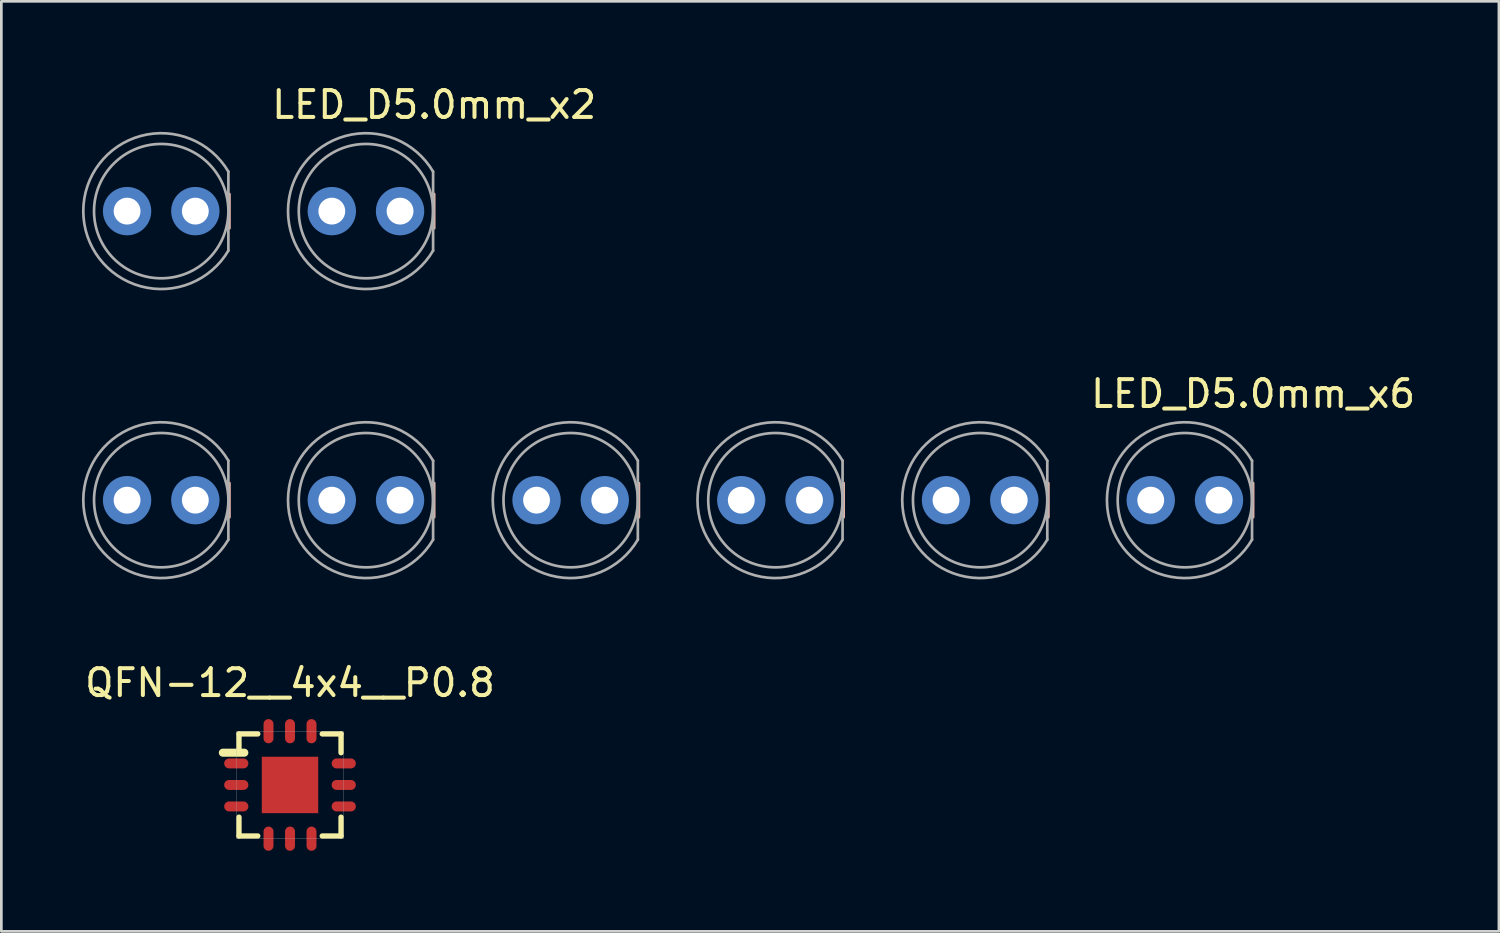
<source format=kicad_pcb>
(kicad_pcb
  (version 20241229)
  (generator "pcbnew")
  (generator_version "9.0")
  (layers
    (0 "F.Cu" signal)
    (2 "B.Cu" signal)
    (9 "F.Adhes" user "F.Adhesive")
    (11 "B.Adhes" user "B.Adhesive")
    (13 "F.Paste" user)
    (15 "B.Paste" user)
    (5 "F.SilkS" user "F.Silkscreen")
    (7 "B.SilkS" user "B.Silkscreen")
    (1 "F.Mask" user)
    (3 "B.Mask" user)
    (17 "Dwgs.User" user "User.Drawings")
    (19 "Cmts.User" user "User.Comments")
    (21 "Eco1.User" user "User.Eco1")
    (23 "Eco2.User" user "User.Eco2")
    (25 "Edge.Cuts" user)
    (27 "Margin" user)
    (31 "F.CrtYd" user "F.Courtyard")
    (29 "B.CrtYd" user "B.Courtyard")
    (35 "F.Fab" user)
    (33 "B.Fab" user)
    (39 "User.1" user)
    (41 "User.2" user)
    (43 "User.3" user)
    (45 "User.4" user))
  (footprint "LED_D5.0mm_x2"
    (layer "F.Cu")
    (at 11.84 4.808)
    (property "Reference" "LED_D5.0mm_x2" (at 1.27 -3.96 0) (layer "F.SilkS") (effects (font (size 1 1) (thickness 0.15))))
    (attr through_hole)
    (fp_line (start -6.35 -0.635) (end -6.35 0.635) (stroke (width 0.1) (type solid)) (layer "B.SilkS"))
    (fp_line (start 1.27 -0.635) (end 1.27 0.635) (stroke (width 0.1) (type solid)) (layer "B.SilkS"))
    (fp_line (start -6.39 1.47) (end -6.39 -1.47) (stroke (width 0.1) (type solid)) (layer "F.Fab"))
    (fp_line (start 1.23 1.47) (end 1.23 -1.47) (stroke (width 0.1) (type solid)) (layer "F.Fab"))
    (fp_arc (start -6.39 1.469694) (mid -11.79 -0.000016) (end -6.389984 -1.469666) (stroke (width 0.1) (type solid)) (layer "F.Fab"))
    (fp_arc (start 1.23 1.469694) (mid -4.17 -0.000016) (end 1.230016 -1.469666) (stroke (width 0.1) (type solid)) (layer "F.Fab"))
    (fp_circle (center -8.89 0) (end -11.39 0) (stroke (width 0.1) (type solid)) (fill no) (layer "F.Fab"))
    (fp_circle (center -1.27 0) (end -3.77 0) (stroke (width 0.1) (type solid)) (fill no) (layer "F.Fab"))
    (pad "1" thru_hole circle (at 0 0 180) (size 1.4 1.4) (drill 1) (layers "*.Cu" "B.Mask"))
    (pad "1" smd circle (at 0 0 180) (size 1.8 1.8) (layers "B.Cu" "B.Mask" "B.Paste"))
    (pad "2" thru_hole circle (at -2.54 0 180) (size 1.4 1.4) (drill 1) (layers "*.Cu" "B.Mask"))
    (pad "2" smd circle (at -2.54 0 180) (size 1.8 1.8) (layers "B.Cu" "B.Mask" "B.Paste"))
    (pad "3" thru_hole circle (at -7.62 0 180) (size 1.4 1.4) (drill 1) (layers "*.Cu" "B.Mask"))
    (pad "3" smd circle (at -7.62 0 180) (size 1.8 1.8) (layers "B.Cu" "B.Mask" "B.Paste"))
    (pad "4" thru_hole circle (at -10.16 0 180) (size 1.4 1.4) (drill 1) (layers "*.Cu" "B.Mask"))
    (pad "4" smd circle (at -10.16 0 180) (size 1.8 1.8) (layers "B.Cu" "B.Mask" "B.Paste")))
  (footprint "QFN-12__4x4__P0.8"
    (layer "F.Cu")
    (at 7.744 26.165)
    (property "Reference" "QFN-12__4x4__P0.8" (at 0 -3.8 0) (layer "F.SilkS") (effects (font (size 1 1) (thickness 0.15))))
    (attr through_hole)
    (fp_line (start -2.5 -1.2) (end -1.7 -1.2) (stroke (width 0.3) (type solid)) (layer "F.SilkS"))
    (fp_line (start -1.9 -1.9) (end -1.9 -1.2) (stroke (width 0.2) (type solid)) (layer "F.SilkS"))
    (fp_line (start -1.9 1.2) (end -1.9 1.9) (stroke (width 0.2) (type solid)) (layer "F.SilkS"))
    (fp_line (start -1.9 1.9) (end -1.2 1.9) (stroke (width 0.2) (type solid)) (layer "F.SilkS"))
    (fp_line (start -1.2 -1.9) (end -1.9 -1.9) (stroke (width 0.2) (type solid)) (layer "F.SilkS"))
    (fp_line (start 1.2 1.9) (end 1.9 1.9) (stroke (width 0.2) (type solid)) (layer "F.SilkS"))
    (fp_line (start 1.9 -1.9) (end 1.2 -1.9) (stroke (width 0.2) (type solid)) (layer "F.SilkS"))
    (fp_line (start 1.9 -1.2) (end 1.9 -1.9) (stroke (width 0.2) (type solid)) (layer "F.SilkS"))
    (fp_line (start 1.9 1.9) (end 1.9 1.2) (stroke (width 0.2) (type solid)) (layer "F.SilkS"))
    (fp_line (start -2 -2) (end -2 2) (stroke (width 0.01) (type solid)) (layer "F.Fab"))
    (fp_line (start -2 2) (end 2 2) (stroke (width 0.01) (type solid)) (layer "F.Fab"))
    (fp_line (start 2 -2) (end -2 -2) (stroke (width 0.01) (type solid)) (layer "F.Fab"))
    (fp_line (start 2 2) (end 2 -2) (stroke (width 0.01) (type solid)) (layer "F.Fab"))
    (pad "1" smd oval (at -2 -0.8 90) (size 0.37 0.9) (layers "F.Cu" "F.Mask" "F.Paste"))
    (pad "2" smd oval (at -2 0 90) (size 0.37 0.9) (layers "F.Cu" "F.Mask" "F.Paste"))
    (pad "3" smd oval (at -2 0.8 90) (size 0.37 0.9) (layers "F.Cu" "F.Mask" "F.Paste"))
    (pad "4" smd oval (at -0.8 2) (size 0.37 0.9) (layers "F.Cu" "F.Mask" "F.Paste"))
    (pad "5" smd oval (at 0 2) (size 0.37 0.9) (layers "F.Cu" "F.Mask" "F.Paste"))
    (pad "6" smd oval (at 0.8 2) (size 0.37 0.9) (layers "F.Cu" "F.Mask" "F.Paste"))
    (pad "7" smd oval (at 2 0.8 90) (size 0.37 0.9) (layers "F.Cu" "F.Mask" "F.Paste"))
    (pad "8" smd oval (at 2 0 90) (size 0.37 0.9) (layers "F.Cu" "F.Mask" "F.Paste"))
    (pad "9" smd oval (at 2 -0.8 90) (size 0.37 0.9) (layers "F.Cu" "F.Mask" "F.Paste"))
    (pad "10" smd oval (at 0.8 -2) (size 0.37 0.9) (layers "F.Cu" "F.Mask" "F.Paste"))
    (pad "11" smd oval (at 0 -2) (size 0.37 0.9) (layers "F.Cu" "F.Mask" "F.Paste"))
    (pad "12" smd oval (at -0.8 -2) (size 0.37 0.9) (layers "F.Cu" "F.Mask" "F.Paste"))
    (pad "EP" smd rect (at 0 0) (size 2.1 2.1) (layers "F.Cu" "F.Mask" "F.Paste")))
  (footprint "LED_D5.0mm_x6"
    (layer "F.Cu")
    (at 42.32 15.566)
    (property "Reference" "LED_D5.0mm_x6" (at 1.27 -3.96 0) (layer "F.SilkS") (effects (font (size 1 1) (thickness 0.15))))
    (attr through_hole)
    (fp_line (start -36.83 -0.635) (end -36.83 0.635) (stroke (width 0.1) (type solid)) (layer "B.SilkS"))
    (fp_line (start -29.21 -0.635) (end -29.21 0.635) (stroke (width 0.1) (type solid)) (layer "B.SilkS"))
    (fp_line (start -21.59 -0.635) (end -21.59 0.635) (stroke (width 0.1) (type solid)) (layer "B.SilkS"))
    (fp_line (start -13.97 -0.635) (end -13.97 0.635) (stroke (width 0.1) (type solid)) (layer "B.SilkS"))
    (fp_line (start -6.35 -0.635) (end -6.35 0.635) (stroke (width 0.1) (type solid)) (layer "B.SilkS"))
    (fp_line (start 1.27 -0.635) (end 1.27 0.635) (stroke (width 0.1) (type solid)) (layer "B.SilkS"))
    (fp_line (start -36.87 1.47) (end -36.87 -1.47) (stroke (width 0.1) (type solid)) (layer "F.Fab"))
    (fp_line (start -29.25 1.47) (end -29.25 -1.47) (stroke (width 0.1) (type solid)) (layer "F.Fab"))
    (fp_line (start -21.63 1.47) (end -21.63 -1.47) (stroke (width 0.1) (type solid)) (layer "F.Fab"))
    (fp_line (start -14.01 1.47) (end -14.01 -1.47) (stroke (width 0.1) (type solid)) (layer "F.Fab"))
    (fp_line (start -6.39 1.47) (end -6.39 -1.47) (stroke (width 0.1) (type solid)) (layer "F.Fab"))
    (fp_line (start 1.23 1.47) (end 1.23 -1.47) (stroke (width 0.1) (type solid)) (layer "F.Fab"))
    (fp_arc (start -36.87 1.469694) (mid -42.27 -0.000016) (end -36.869984 -1.469666) (stroke (width 0.1) (type solid)) (layer "F.Fab"))
    (fp_arc (start -29.25 1.469694) (mid -34.65 -0.000016) (end -29.249984 -1.469666) (stroke (width 0.1) (type solid)) (layer "F.Fab"))
    (fp_arc (start -21.63 1.469694) (mid -27.03 -0.000016) (end -21.629984 -1.469666) (stroke (width 0.1) (type solid)) (layer "F.Fab"))
    (fp_arc (start -14.01 1.469694) (mid -19.41 -0.000016) (end -14.009984 -1.469666) (stroke (width 0.1) (type solid)) (layer "F.Fab"))
    (fp_arc (start -6.39 1.469694) (mid -11.79 -0.000016) (end -6.389984 -1.469666) (stroke (width 0.1) (type solid)) (layer "F.Fab"))
    (fp_arc (start 1.23 1.469694) (mid -4.17 -0.000016) (end 1.230016 -1.469666) (stroke (width 0.1) (type solid)) (layer "F.Fab"))
    (fp_circle (center -39.37 0) (end -41.87 0) (stroke (width 0.1) (type solid)) (fill no) (layer "F.Fab"))
    (fp_circle (center -31.75 0) (end -34.25 0) (stroke (width 0.1) (type solid)) (fill no) (layer "F.Fab"))
    (fp_circle (center -24.13 0) (end -26.63 0) (stroke (width 0.1) (type solid)) (fill no) (layer "F.Fab"))
    (fp_circle (center -16.51 0) (end -19.01 0) (stroke (width 0.1) (type solid)) (fill no) (layer "F.Fab"))
    (fp_circle (center -8.89 0) (end -11.39 0) (stroke (width 0.1) (type solid)) (fill no) (layer "F.Fab"))
    (fp_circle (center -1.27 0) (end -3.77 0) (stroke (width 0.1) (type solid)) (fill no) (layer "F.Fab"))
    (pad "1" thru_hole circle (at 0 0 180) (size 1.4 1.4) (drill 1) (layers "*.Cu" "B.Mask"))
    (pad "1" smd circle (at 0 0 180) (size 1.8 1.8) (layers "B.Cu" "B.Mask" "B.Paste"))
    (pad "2" thru_hole circle (at -2.54 0 180) (size 1.4 1.4) (drill 1) (layers "*.Cu" "B.Mask"))
    (pad "2" smd circle (at -2.54 0 180) (size 1.8 1.8) (layers "B.Cu" "B.Mask" "B.Paste"))
    (pad "3" thru_hole circle (at -7.62 0 180) (size 1.4 1.4) (drill 1) (layers "*.Cu" "B.Mask"))
    (pad "3" smd circle (at -7.62 0 180) (size 1.8 1.8) (layers "B.Cu" "B.Mask" "B.Paste"))
    (pad "4" thru_hole circle (at -10.16 0 180) (size 1.4 1.4) (drill 1) (layers "*.Cu" "B.Mask"))
    (pad "4" smd circle (at -10.16 0 180) (size 1.8 1.8) (layers "B.Cu" "B.Mask" "B.Paste"))
    (pad "5" thru_hole circle (at -15.24 0 180) (size 1.4 1.4) (drill 1) (layers "*.Cu" "B.Mask"))
    (pad "5" smd circle (at -15.24 0 180) (size 1.8 1.8) (layers "B.Cu" "B.Mask" "B.Paste"))
    (pad "6" thru_hole circle (at -17.78 0 180) (size 1.4 1.4) (drill 1) (layers "*.Cu" "B.Mask"))
    (pad "6" smd circle (at -17.78 0 180) (size 1.8 1.8) (layers "B.Cu" "B.Mask" "B.Paste"))
    (pad "7" thru_hole circle (at -22.86 0 180) (size 1.4 1.4) (drill 1) (layers "*.Cu" "B.Mask"))
    (pad "7" smd circle (at -22.86 0 180) (size 1.8 1.8) (layers "B.Cu" "B.Mask" "B.Paste"))
    (pad "8" thru_hole circle (at -25.4 0 180) (size 1.4 1.4) (drill 1) (layers "*.Cu" "B.Mask"))
    (pad "8" smd circle (at -25.4 0 180) (size 1.8 1.8) (layers "B.Cu" "B.Mask" "B.Paste"))
    (pad "9" thru_hole circle (at -30.48 0 180) (size 1.4 1.4) (drill 1) (layers "*.Cu" "B.Mask"))
    (pad "9" smd circle (at -30.48 0 180) (size 1.8 1.8) (layers "B.Cu" "B.Mask" "B.Paste"))
    (pad "10" thru_hole circle (at -33.02 0 180) (size 1.4 1.4) (drill 1) (layers "*.Cu" "B.Mask"))
    (pad "10" smd circle (at -33.02 0 180) (size 1.8 1.8) (layers "B.Cu" "B.Mask" "B.Paste"))
    (pad "11" thru_hole circle (at -38.1 0 180) (size 1.4 1.4) (drill 1) (layers "*.Cu" "B.Mask"))
    (pad "11" smd circle (at -38.1 0 180) (size 1.8 1.8) (layers "B.Cu" "B.Mask" "B.Paste"))
    (pad "12" thru_hole circle (at -40.64 0 180) (size 1.4 1.4) (drill 1) (layers "*.Cu" "B.Mask"))
    (pad "12" smd circle (at -40.64 0 180) (size 1.8 1.8) (layers "B.Cu" "B.Mask" "B.Paste")))
  (gr_rect
    (start -3 -3)
    (end 52.739 31.615)
    (stroke (width 0.1) (type default))
    (fill no)
    (layer "Edge.Cuts")))
</source>
